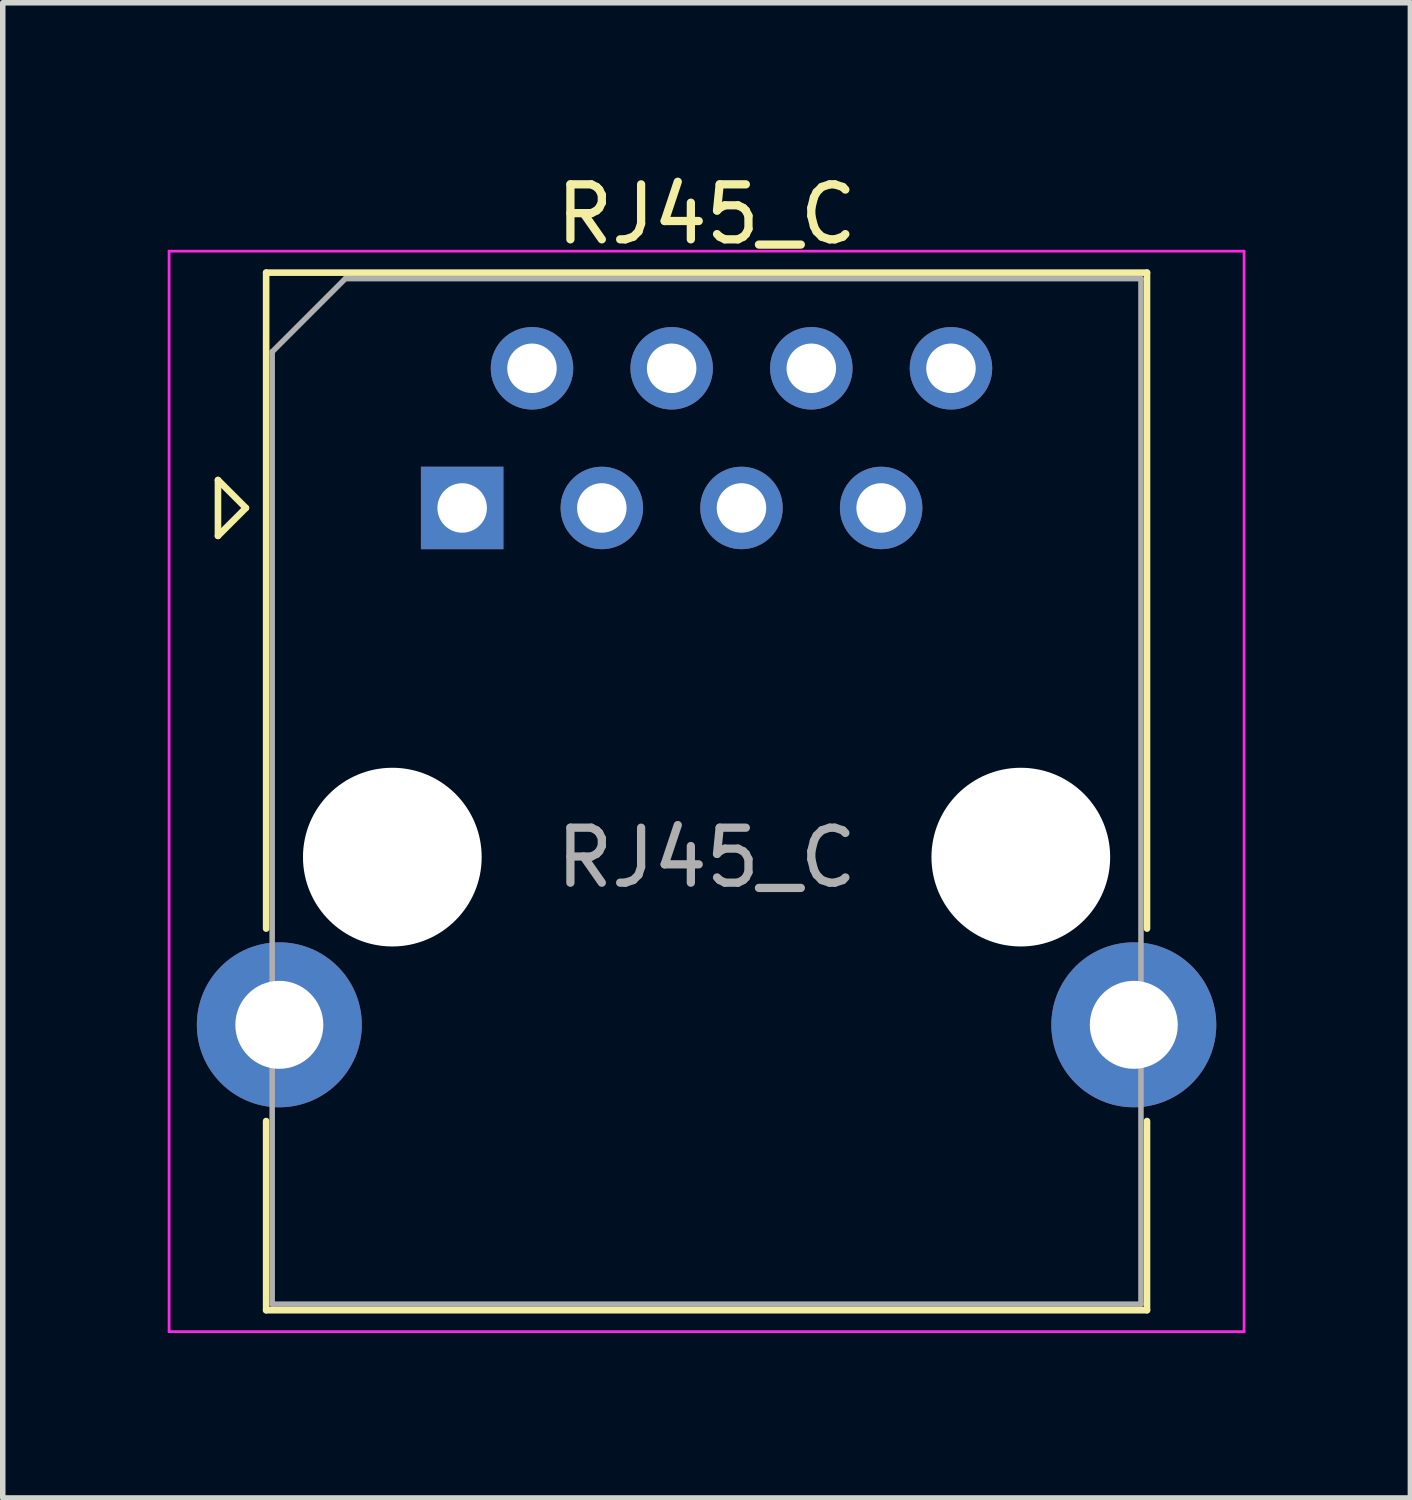
<source format=kicad_pcb>
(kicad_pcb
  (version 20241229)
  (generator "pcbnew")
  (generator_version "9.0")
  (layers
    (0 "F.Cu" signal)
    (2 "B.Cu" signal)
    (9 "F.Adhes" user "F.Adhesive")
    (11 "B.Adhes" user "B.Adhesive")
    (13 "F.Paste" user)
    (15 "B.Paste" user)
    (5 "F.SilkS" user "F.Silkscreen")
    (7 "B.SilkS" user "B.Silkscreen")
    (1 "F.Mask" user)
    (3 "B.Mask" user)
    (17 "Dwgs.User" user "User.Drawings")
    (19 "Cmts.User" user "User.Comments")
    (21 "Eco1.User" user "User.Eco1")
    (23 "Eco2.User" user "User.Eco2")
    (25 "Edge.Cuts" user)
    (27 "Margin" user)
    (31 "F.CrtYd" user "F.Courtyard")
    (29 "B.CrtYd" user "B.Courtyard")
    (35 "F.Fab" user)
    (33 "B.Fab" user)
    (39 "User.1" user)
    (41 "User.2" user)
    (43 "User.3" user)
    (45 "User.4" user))
  (footprint "RJ45_C"
    (layer "F.Cu")
    (at 5.355 6.188)
    (property "Reference" "RJ45_C" (at 4.445 -5.34 0) (layer "F.SilkS") (effects (font (size 1 1) (thickness 0.15))))
    (attr through_hole)
    (fp_line (start -4.441 -0.508) (end -4.441 0.508) (stroke (width 0.12) (type solid)) (layer "F.SilkS"))
    (fp_line (start -4.441 0.508) (end -3.933 0) (stroke (width 0.12) (type solid)) (layer "F.SilkS"))
    (fp_line (start -3.933 0) (end -4.441 -0.508) (stroke (width 0.12) (type solid)) (layer "F.SilkS"))
    (fp_line (start -3.565 -4.28) (end -3.565 7.65) (stroke (width 0.12) (type solid)) (layer "F.SilkS"))
    (fp_line (start -3.565 11.15) (end -3.565 14.59) (stroke (width 0.12) (type solid)) (layer "F.SilkS"))
    (fp_line (start 12.455 -4.28) (end -3.565 -4.28) (stroke (width 0.12) (type solid)) (layer "F.SilkS"))
    (fp_line (start 12.455 -4.28) (end 12.455 7.65) (stroke (width 0.12) (type solid)) (layer "F.SilkS"))
    (fp_line (start 12.455 11.15) (end 12.455 14.59) (stroke (width 0.12) (type solid)) (layer "F.SilkS"))
    (fp_line (start 12.455 14.59) (end -3.565 14.59) (stroke (width 0.12) (type solid)) (layer "F.SilkS"))
    (fp_line (start -5.33 -4.67) (end 14.22 -4.67) (stroke (width 0.05) (type solid)) (layer "F.CrtYd"))
    (fp_line (start -5.33 14.98) (end -5.33 -4.67) (stroke (width 0.05) (type solid)) (layer "F.CrtYd"))
    (fp_line (start 14.22 -4.67) (end 14.22 14.98) (stroke (width 0.05) (type solid)) (layer "F.CrtYd"))
    (fp_line (start 14.22 14.98) (end -5.33 14.98) (stroke (width 0.05) (type solid)) (layer "F.CrtYd"))
    (fp_line (start -3.455 -2.84) (end -3.455 14.48) (stroke (width 0.1) (type solid)) (layer "F.Fab"))
    (fp_line (start -3.455 -2.84) (end -2.125 -4.17) (stroke (width 0.1) (type solid)) (layer "F.Fab"))
    (fp_line (start 12.345 -4.17) (end -2.125 -4.17) (stroke (width 0.1) (type solid)) (layer "F.Fab"))
    (fp_line (start 12.345 14.48) (end -3.455 14.48) (stroke (width 0.1) (type solid)) (layer "F.Fab"))
    (fp_line (start 12.345 14.48) (end 12.345 -4.17) (stroke (width 0.1) (type solid)) (layer "F.Fab"))
    (fp_text user "${REFERENCE}" (at 4.445 6.36 0) (layer "F.Fab") (effects (font (size 1 1) (thickness 0.15))))
    (pad "" np_thru_hole circle (at -1.27 6.35) (size 3.25 3.25) (drill 3.25) (layers "*.Cu" "*.Mask"))
    (pad "" np_thru_hole circle (at 10.16 6.35 180) (size 3.25 3.25) (drill 3.25) (layers "*.Cu" "*.Mask"))
    (pad "1" thru_hole rect (at 0 0 180) (size 1.5 1.5) (drill 0.9) (layers "*.Cu" "*.Mask"))
    (pad "2" thru_hole circle (at 1.27 -2.54 180) (size 1.5 1.5) (drill 0.9) (layers "*.Cu" "*.Mask"))
    (pad "3" thru_hole circle (at 2.54 0 180) (size 1.5 1.5) (drill 0.9) (layers "*.Cu" "*.Mask"))
    (pad "4" thru_hole circle (at 3.81 -2.54 180) (size 1.5 1.5) (drill 0.9) (layers "*.Cu" "*.Mask"))
    (pad "5" thru_hole circle (at 5.08 0 180) (size 1.5 1.5) (drill 0.9) (layers "*.Cu" "*.Mask"))
    (pad "6" thru_hole circle (at 6.35 -2.54 180) (size 1.5 1.5) (drill 0.9) (layers "*.Cu" "*.Mask"))
    (pad "7" thru_hole circle (at 7.62 0 180) (size 1.5 1.5) (drill 0.9) (layers "*.Cu" "*.Mask"))
    (pad "8" thru_hole circle (at 8.89 -2.54 180) (size 1.5 1.5) (drill 0.9) (layers "*.Cu" "*.Mask"))
    (pad "SH" thru_hole circle (at -3.325 9.4) (size 3 3) (drill 1.6) (layers "*.Cu" "*.Mask"))
    (pad "SH" thru_hole circle (at 12.215 9.4 180) (size 3 3) (drill 1.6) (layers "*.Cu" "*.Mask")))
  (gr_rect
    (start -3 -3)
    (end 22.6 24.193)
    (stroke (width 0.1) (type default))
    (fill no)
    (layer "Edge.Cuts")))
</source>
